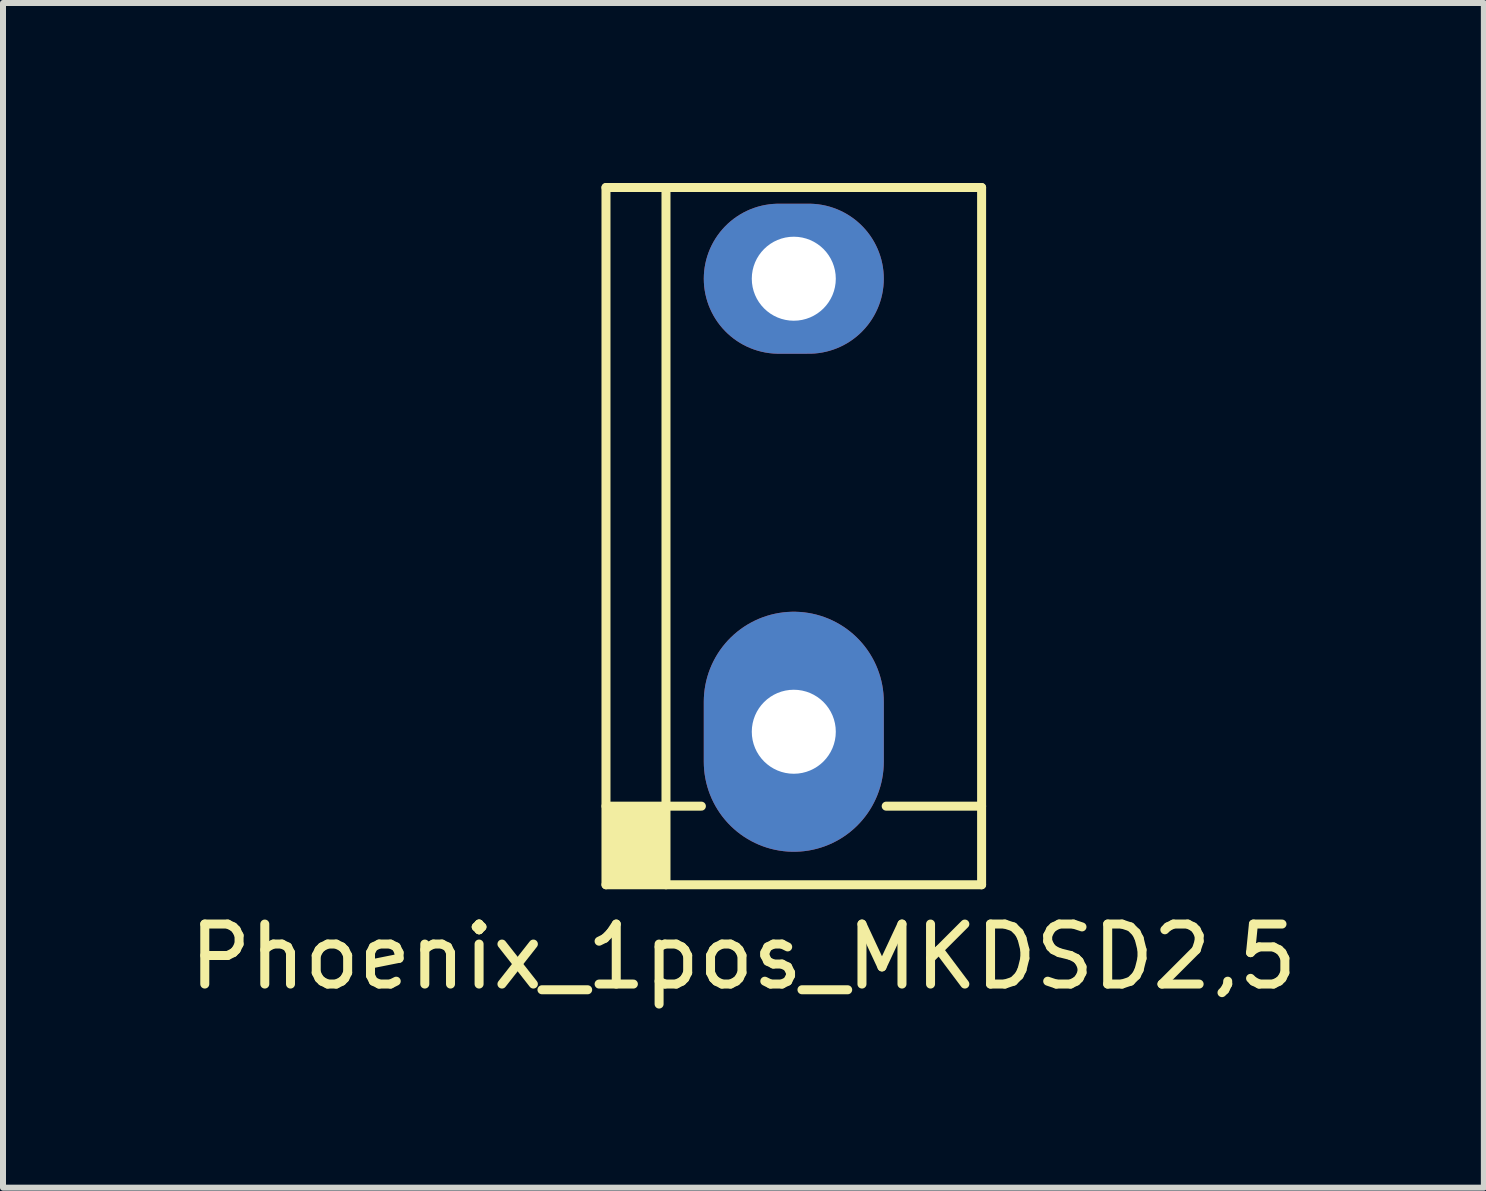
<source format=kicad_pcb>
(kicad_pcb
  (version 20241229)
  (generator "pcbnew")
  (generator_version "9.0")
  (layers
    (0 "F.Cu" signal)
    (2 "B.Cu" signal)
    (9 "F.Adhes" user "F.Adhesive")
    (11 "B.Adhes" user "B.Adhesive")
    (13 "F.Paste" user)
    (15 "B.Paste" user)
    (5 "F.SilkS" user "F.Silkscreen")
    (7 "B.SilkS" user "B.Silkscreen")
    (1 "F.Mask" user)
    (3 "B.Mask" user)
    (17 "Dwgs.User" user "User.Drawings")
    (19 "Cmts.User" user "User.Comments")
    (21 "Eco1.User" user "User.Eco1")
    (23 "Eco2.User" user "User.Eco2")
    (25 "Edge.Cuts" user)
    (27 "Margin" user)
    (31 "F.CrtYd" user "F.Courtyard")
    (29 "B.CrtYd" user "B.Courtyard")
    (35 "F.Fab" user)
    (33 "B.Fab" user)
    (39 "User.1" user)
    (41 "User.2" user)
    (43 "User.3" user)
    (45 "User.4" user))
  (footprint "Phoenix_1pos_MKDSD2,5"
    (layer "F.Cu")
    (at 10.179 5.885)
    (property "Reference" "Phoenix_1pos_MKDSD2,5" (at -0.84 7.01 0) (layer "F.SilkS") (effects (font (size 1 1) (thickness 0.15))))
    (attr through_hole)
    (fp_line (start -3.13 -5.81) (end -3.13 5.81) (stroke (width 0.15) (type solid)) (layer "F.SilkS"))
    (fp_line (start -3.13 -5.81) (end 3.13 -5.81) (stroke (width 0.15) (type solid)) (layer "F.SilkS"))
    (fp_line (start -3.13 4.5) (end -1.54 4.5) (stroke (width 0.15) (type solid)) (layer "F.SilkS"))
    (fp_line (start -3.13 5.81) (end 3.13 5.81) (stroke (width 0.15) (type solid)) (layer "F.SilkS"))
    (fp_line (start -2.13 -5.81) (end -2.13 5.81) (stroke (width 0.15) (type solid)) (layer "F.SilkS"))
    (fp_line (start 1.54 4.5) (end 3.13 4.5) (stroke (width 0.15) (type solid)) (layer "F.SilkS"))
    (fp_line (start 3.13 5.81) (end 3.13 -5.81) (stroke (width 0.15) (type solid)) (layer "F.SilkS"))
    (fp_poly (pts (xy -2.12 5.81) (xy -3.1 5.8) (xy -3.12 4.52) (xy -2.13 4.51)) (stroke (width 0.1) (type solid)) (fill yes) (layer "F.SilkS"))
    (pad "1" thru_hole oval (at 0 -4.29 270) (size 2.5 3) (drill 1.4) (layers "*.Cu" "*.Mask"))
    (pad "1" thru_hole oval (at 0 3.26) (size 3 4) (drill 1.4) (layers "*.Cu" "*.Mask")))
  (gr_rect
    (start -3 -3)
    (end 21.679 16.743)
    (stroke (width 0.1) (type default))
    (fill no)
    (layer "Edge.Cuts")))
</source>
